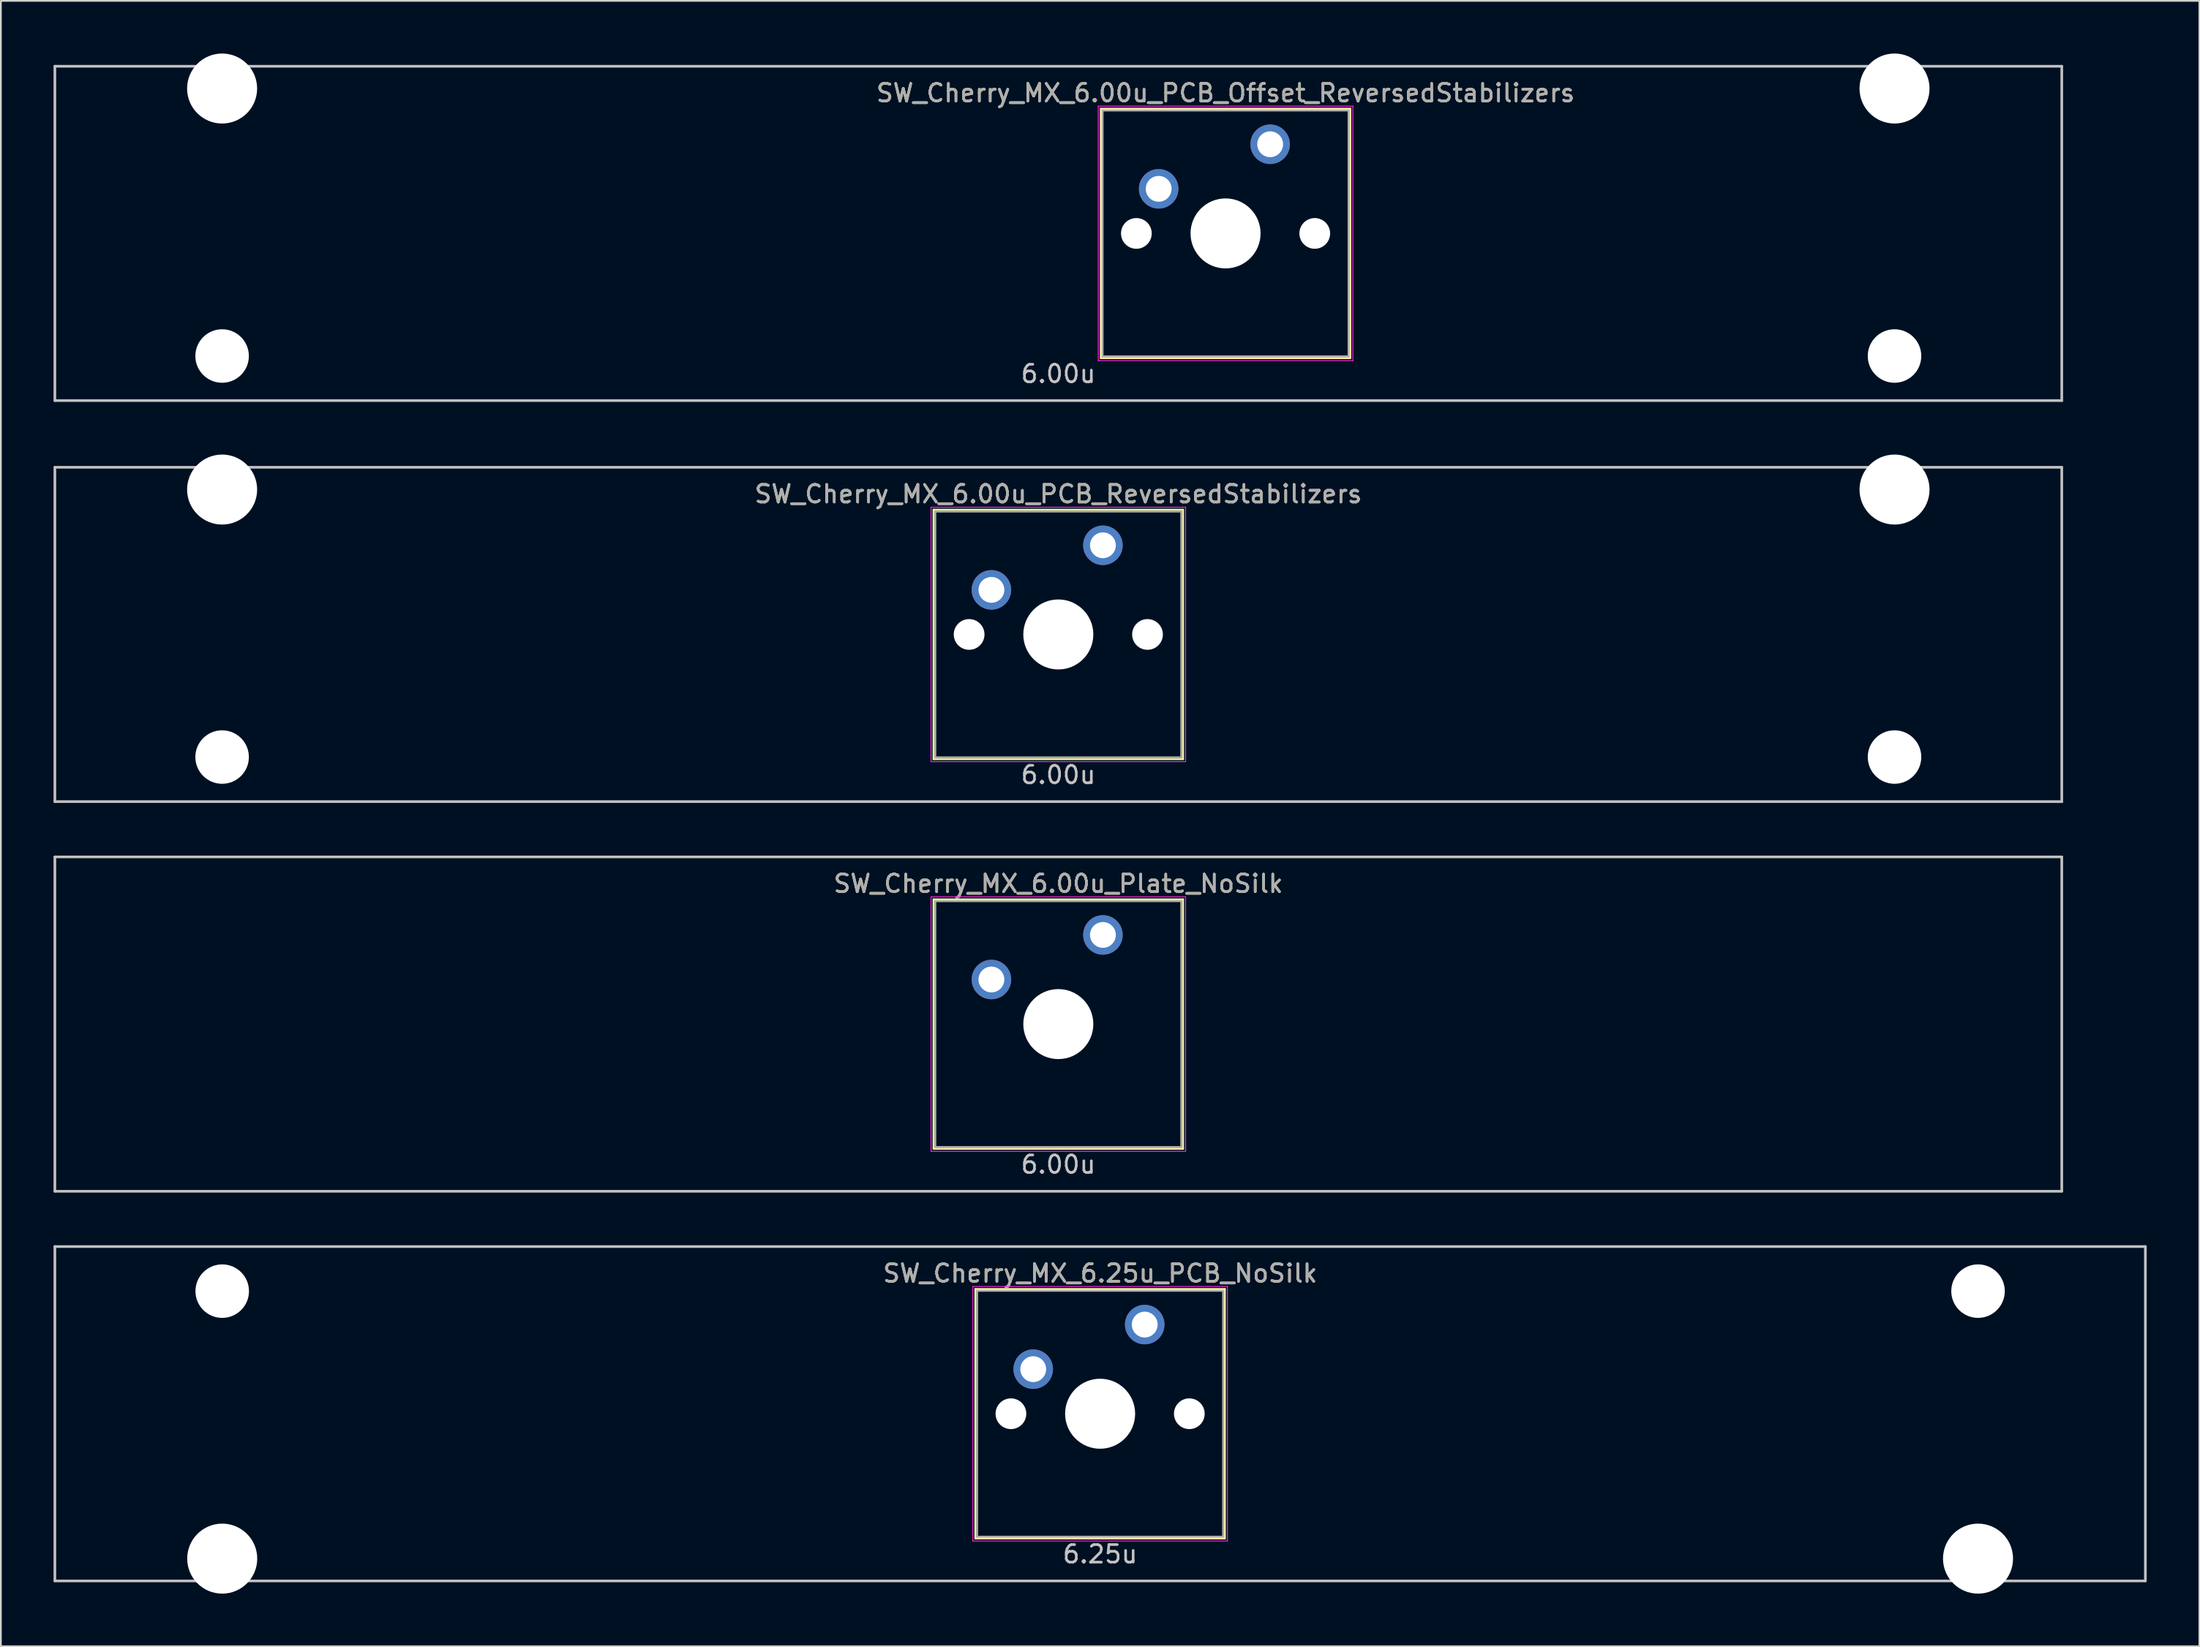
<source format=kicad_pcb>
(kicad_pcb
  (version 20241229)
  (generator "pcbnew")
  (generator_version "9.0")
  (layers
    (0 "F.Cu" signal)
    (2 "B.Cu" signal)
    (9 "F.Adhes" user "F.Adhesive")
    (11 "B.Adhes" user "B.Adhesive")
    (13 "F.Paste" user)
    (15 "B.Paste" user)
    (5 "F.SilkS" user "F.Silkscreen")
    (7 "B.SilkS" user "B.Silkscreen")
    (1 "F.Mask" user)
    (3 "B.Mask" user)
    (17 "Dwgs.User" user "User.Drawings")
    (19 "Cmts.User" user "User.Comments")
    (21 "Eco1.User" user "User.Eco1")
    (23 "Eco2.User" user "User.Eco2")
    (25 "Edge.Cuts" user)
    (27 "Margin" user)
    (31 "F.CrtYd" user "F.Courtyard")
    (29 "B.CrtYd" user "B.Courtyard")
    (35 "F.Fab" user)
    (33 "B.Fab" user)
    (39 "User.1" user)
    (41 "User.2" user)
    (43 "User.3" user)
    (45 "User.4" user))
  (footprint "SW_Cherry_MX_6.25u_PCB_NoSilk"
    (layer "F.Cu")
    (at 59.606 77.498)
    (property "Reference" "SW_Cherry_MX_6.25u_PCB_NoSilk" (at 0 -8 0) (layer "F.SilkS") (effects (font (size 1 1) (thickness 0.15))))
    (attr through_hole)
    (fp_line (start -7.1 -7.1) (end 7.1 -7.1) (stroke (width 0.12) (type solid)) (layer "F.SilkS"))
    (fp_line (start -7.1 7.1) (end -7.1 -7.1) (stroke (width 0.12) (type solid)) (layer "F.SilkS"))
    (fp_line (start 7.1 -7.1) (end 7.1 7.1) (stroke (width 0.12) (type solid)) (layer "F.SilkS"))
    (fp_line (start 7.1 7.1) (end -7.1 7.1) (stroke (width 0.12) (type solid)) (layer "F.SilkS"))
    (fp_line (start -59.531 -9.525) (end 59.531 -9.525) (stroke (width 0.15) (type solid)) (layer "Dwgs.User"))
    (fp_line (start -59.531 9.525) (end -59.531 -9.525) (stroke (width 0.15) (type solid)) (layer "Dwgs.User"))
    (fp_line (start -59.531 9.525) (end 59.531 9.525) (stroke (width 0.15) (type solid)) (layer "Dwgs.User"))
    (fp_line (start 59.531 -9.525) (end 59.531 9.525) (stroke (width 0.15) (type solid)) (layer "Dwgs.User"))
    (fp_line (start -7.25 -7.25) (end 7.25 -7.25) (stroke (width 0.05) (type solid)) (layer "F.CrtYd"))
    (fp_line (start -7.25 7.25) (end -7.25 -7.25) (stroke (width 0.05) (type solid)) (layer "F.CrtYd"))
    (fp_line (start 7.25 -7.25) (end 7.25 7.25) (stroke (width 0.05) (type solid)) (layer "F.CrtYd"))
    (fp_line (start 7.25 7.25) (end -7.25 7.25) (stroke (width 0.05) (type solid)) (layer "F.CrtYd"))
    (fp_line (start -7 -7) (end 7 -7) (stroke (width 0.1) (type solid)) (layer "F.Fab"))
    (fp_line (start -7 7) (end -7 -7) (stroke (width 0.1) (type solid)) (layer "F.Fab"))
    (fp_line (start 7 -7) (end 7 7) (stroke (width 0.1) (type solid)) (layer "F.Fab"))
    (fp_line (start 7 7) (end -7 7) (stroke (width 0.1) (type solid)) (layer "F.Fab"))
    (fp_text user "6.25u" (at 0 8 0) (layer "Dwgs.User") (effects (font (size 1 1) (thickness 0.15))))
    (fp_text user "${REFERENCE}" (at 0 -8 0) (layer "F.Fab") (effects (font (size 1 1) (thickness 0.15))))
    (pad "" np_thru_hole circle (at -50 -6.985) (size 3.048 3.048) (drill 3.048) (layers "*.Cu" "*.Mask"))
    (pad "" np_thru_hole circle (at -50 8.255) (size 3.988 3.988) (drill 3.988) (layers "*.Cu" "*.Mask"))
    (pad "" np_thru_hole circle (at -5.08 0 48.1) (size 1.75 1.75) (drill 1.75) (layers "*.Cu" "*.Mask"))
    (pad "" np_thru_hole circle (at 0 0) (size 3.988 3.988) (drill 3.988) (layers "*.Cu" "*.Mask"))
    (pad "" np_thru_hole circle (at 5.08 0 48.1) (size 1.75 1.75) (drill 1.75) (layers "*.Cu" "*.Mask"))
    (pad "" np_thru_hole circle (at 50 -6.985) (size 3.048 3.048) (drill 3.048) (layers "*.Cu" "*.Mask"))
    (pad "" np_thru_hole circle (at 50 8.255) (size 3.988 3.988) (drill 3.988) (layers "*.Cu" "*.Mask"))
    (pad "1" thru_hole circle (at -3.81 -2.54) (size 2.25 2.25) (drill 1.47) (layers "*.Cu" "B.Mask"))
    (pad "2" thru_hole circle (at 2.54 -5.08) (size 2.25 2.25) (drill 1.47) (layers "*.Cu" "B.Mask")))
  (footprint "SW_Cherry_MX_6.00u_PCB_Offset_ReversedStabilizers"
    (layer "F.Cu")
    (at 57.225 10.249)
    (property "Reference" "SW_Cherry_MX_6.00u_PCB_Offset_ReversedStabilizers" (at 9.525 -8 0) (layer "F.SilkS") (effects (font (size 1 1) (thickness 0.15))))
    (attr through_hole)
    (fp_line (start 2.425 -7.1) (end 16.625 -7.1) (stroke (width 0.12) (type solid)) (layer "F.SilkS"))
    (fp_line (start 2.425 7.1) (end 2.425 -7.1) (stroke (width 0.12) (type solid)) (layer "F.SilkS"))
    (fp_line (start 16.625 -7.1) (end 16.625 7.1) (stroke (width 0.12) (type solid)) (layer "F.SilkS"))
    (fp_line (start 16.625 7.1) (end 2.425 7.1) (stroke (width 0.12) (type solid)) (layer "F.SilkS"))
    (fp_line (start -57.15 -9.525) (end 57.15 -9.525) (stroke (width 0.15) (type solid)) (layer "Dwgs.User"))
    (fp_line (start -57.15 9.525) (end -57.15 -9.525) (stroke (width 0.15) (type solid)) (layer "Dwgs.User"))
    (fp_line (start -57.15 9.525) (end 57.15 9.525) (stroke (width 0.15) (type solid)) (layer "Dwgs.User"))
    (fp_line (start 57.15 -9.525) (end 57.15 9.525) (stroke (width 0.15) (type solid)) (layer "Dwgs.User"))
    (fp_line (start 2.275 -7.25) (end 16.775 -7.25) (stroke (width 0.05) (type solid)) (layer "F.CrtYd"))
    (fp_line (start 2.275 7.25) (end 2.275 -7.25) (stroke (width 0.05) (type solid)) (layer "F.CrtYd"))
    (fp_line (start 16.775 -7.25) (end 16.775 7.25) (stroke (width 0.05) (type solid)) (layer "F.CrtYd"))
    (fp_line (start 16.775 7.25) (end 2.275 7.25) (stroke (width 0.05) (type solid)) (layer "F.CrtYd"))
    (fp_line (start 2.525 -7) (end 16.525 -7) (stroke (width 0.1) (type solid)) (layer "F.Fab"))
    (fp_line (start 2.525 7) (end 2.525 -7) (stroke (width 0.1) (type solid)) (layer "F.Fab"))
    (fp_line (start 16.525 -7) (end 16.525 7) (stroke (width 0.1) (type solid)) (layer "F.Fab"))
    (fp_line (start 16.525 7) (end 2.525 7) (stroke (width 0.1) (type solid)) (layer "F.Fab"))
    (fp_text user "6.00u" (at 0 8 0) (layer "Dwgs.User") (effects (font (size 1 1) (thickness 0.15))))
    (fp_text user "${REFERENCE}" (at 9.525 -8 0) (layer "F.Fab") (effects (font (size 1 1) (thickness 0.15))))
    (pad "" np_thru_hole circle (at -47.625 -8.255) (size 3.988 3.988) (drill 3.988) (layers "*.Cu" "*.Mask"))
    (pad "" np_thru_hole circle (at -47.625 6.985) (size 3.048 3.048) (drill 3.048) (layers "*.Cu" "*.Mask"))
    (pad "" np_thru_hole circle (at 4.445 0 48.1) (size 1.75 1.75) (drill 1.75) (layers "*.Cu" "*.Mask"))
    (pad "" np_thru_hole circle (at 9.525 0) (size 3.988 3.988) (drill 3.988) (layers "*.Cu" "*.Mask"))
    (pad "" np_thru_hole circle (at 14.605 0 48.1) (size 1.75 1.75) (drill 1.75) (layers "*.Cu" "*.Mask"))
    (pad "" np_thru_hole circle (at 47.625 -8.255) (size 3.988 3.988) (drill 3.988) (layers "*.Cu" "*.Mask"))
    (pad "" np_thru_hole circle (at 47.625 6.985) (size 3.048 3.048) (drill 3.048) (layers "*.Cu" "*.Mask"))
    (pad "1" thru_hole circle (at 5.715 -2.54) (size 2.25 2.25) (drill 1.47) (layers "*.Cu" "B.Mask"))
    (pad "2" thru_hole circle (at 12.065 -5.08) (size 2.25 2.25) (drill 1.47) (layers "*.Cu" "B.Mask")))
  (footprint "SW_Cherry_MX_6.00u_Plate_NoSilk"
    (layer "F.Cu")
    (at 57.225 55.298)
    (property "Reference" "SW_Cherry_MX_6.00u_Plate_NoSilk" (at 0 -8 0) (layer "F.SilkS") (effects (font (size 1 1) (thickness 0.15))))
    (attr through_hole)
    (fp_line (start -7.1 -7.1) (end 7.1 -7.1) (stroke (width 0.12) (type solid)) (layer "F.SilkS"))
    (fp_line (start -7.1 7.1) (end -7.1 -7.1) (stroke (width 0.12) (type solid)) (layer "F.SilkS"))
    (fp_line (start 7.1 -7.1) (end 7.1 7.1) (stroke (width 0.12) (type solid)) (layer "F.SilkS"))
    (fp_line (start 7.1 7.1) (end -7.1 7.1) (stroke (width 0.12) (type solid)) (layer "F.SilkS"))
    (fp_line (start -57.15 -9.525) (end 57.15 -9.525) (stroke (width 0.15) (type solid)) (layer "Dwgs.User"))
    (fp_line (start -57.15 9.525) (end -57.15 -9.525) (stroke (width 0.15) (type solid)) (layer "Dwgs.User"))
    (fp_line (start -57.15 9.525) (end 57.15 9.525) (stroke (width 0.15) (type solid)) (layer "Dwgs.User"))
    (fp_line (start 57.15 -9.525) (end 57.15 9.525) (stroke (width 0.15) (type solid)) (layer "Dwgs.User"))
    (fp_line (start -7.25 -7.25) (end 7.25 -7.25) (stroke (width 0.05) (type solid)) (layer "F.CrtYd"))
    (fp_line (start -7.25 7.25) (end -7.25 -7.25) (stroke (width 0.05) (type solid)) (layer "F.CrtYd"))
    (fp_line (start 7.25 -7.25) (end 7.25 7.25) (stroke (width 0.05) (type solid)) (layer "F.CrtYd"))
    (fp_line (start 7.25 7.25) (end -7.25 7.25) (stroke (width 0.05) (type solid)) (layer "F.CrtYd"))
    (fp_line (start -7 -7) (end 7 -7) (stroke (width 0.1) (type solid)) (layer "F.Fab"))
    (fp_line (start -7 7) (end -7 -7) (stroke (width 0.1) (type solid)) (layer "F.Fab"))
    (fp_line (start 7 -7) (end 7 7) (stroke (width 0.1) (type solid)) (layer "F.Fab"))
    (fp_line (start 7 7) (end -7 7) (stroke (width 0.1) (type solid)) (layer "F.Fab"))
    (fp_text user "6.00u" (at 0 8 0) (layer "Dwgs.User") (effects (font (size 1 1) (thickness 0.15))))
    (fp_text user "${REFERENCE}" (at 0 -8 0) (layer "F.Fab") (effects (font (size 1 1) (thickness 0.15))))
    (pad "" np_thru_hole circle (at 0 0) (size 3.988 3.988) (drill 3.988) (layers "*.Cu" "*.Mask"))
    (pad "1" thru_hole circle (at -3.81 -2.54) (size 2.25 2.25) (drill 1.47) (layers "*.Cu" "B.Mask"))
    (pad "2" thru_hole circle (at 2.54 -5.08) (size 2.25 2.25) (drill 1.47) (layers "*.Cu" "B.Mask")))
  (footprint "SW_Cherry_MX_6.00u_PCB_ReversedStabilizers"
    (layer "F.Cu")
    (at 57.225 33.098)
    (property "Reference" "SW_Cherry_MX_6.00u_PCB_ReversedStabilizers" (at 0 -8 0) (layer "F.SilkS") (effects (font (size 1 1) (thickness 0.15))))
    (attr through_hole)
    (fp_line (start -7.1 -7.1) (end 7.1 -7.1) (stroke (width 0.12) (type solid)) (layer "F.SilkS"))
    (fp_line (start -7.1 7.1) (end -7.1 -7.1) (stroke (width 0.12) (type solid)) (layer "F.SilkS"))
    (fp_line (start 7.1 -7.1) (end 7.1 7.1) (stroke (width 0.12) (type solid)) (layer "F.SilkS"))
    (fp_line (start 7.1 7.1) (end -7.1 7.1) (stroke (width 0.12) (type solid)) (layer "F.SilkS"))
    (fp_line (start -57.15 -9.525) (end 57.15 -9.525) (stroke (width 0.15) (type solid)) (layer "Dwgs.User"))
    (fp_line (start -57.15 9.525) (end -57.15 -9.525) (stroke (width 0.15) (type solid)) (layer "Dwgs.User"))
    (fp_line (start -57.15 9.525) (end 57.15 9.525) (stroke (width 0.15) (type solid)) (layer "Dwgs.User"))
    (fp_line (start 57.15 -9.525) (end 57.15 9.525) (stroke (width 0.15) (type solid)) (layer "Dwgs.User"))
    (fp_line (start -7.25 -7.25) (end 7.25 -7.25) (stroke (width 0.05) (type solid)) (layer "F.CrtYd"))
    (fp_line (start -7.25 7.25) (end -7.25 -7.25) (stroke (width 0.05) (type solid)) (layer "F.CrtYd"))
    (fp_line (start 7.25 -7.25) (end 7.25 7.25) (stroke (width 0.05) (type solid)) (layer "F.CrtYd"))
    (fp_line (start 7.25 7.25) (end -7.25 7.25) (stroke (width 0.05) (type solid)) (layer "F.CrtYd"))
    (fp_line (start -7 -7) (end 7 -7) (stroke (width 0.1) (type solid)) (layer "F.Fab"))
    (fp_line (start -7 7) (end -7 -7) (stroke (width 0.1) (type solid)) (layer "F.Fab"))
    (fp_line (start 7 -7) (end 7 7) (stroke (width 0.1) (type solid)) (layer "F.Fab"))
    (fp_line (start 7 7) (end -7 7) (stroke (width 0.1) (type solid)) (layer "F.Fab"))
    (fp_text user "6.00u" (at 0 8 0) (layer "Dwgs.User") (effects (font (size 1 1) (thickness 0.15))))
    (fp_text user "${REFERENCE}" (at 0 -8 0) (layer "F.Fab") (effects (font (size 1 1) (thickness 0.15))))
    (pad "" np_thru_hole circle (at -47.625 -8.255) (size 3.988 3.988) (drill 3.988) (layers "*.Cu" "*.Mask"))
    (pad "" np_thru_hole circle (at -47.625 6.985) (size 3.048 3.048) (drill 3.048) (layers "*.Cu" "*.Mask"))
    (pad "" np_thru_hole circle (at -5.08 0 48.1) (size 1.75 1.75) (drill 1.75) (layers "*.Cu" "*.Mask"))
    (pad "" np_thru_hole circle (at 0 0) (size 3.988 3.988) (drill 3.988) (layers "*.Cu" "*.Mask"))
    (pad "" np_thru_hole circle (at 5.08 0 48.1) (size 1.75 1.75) (drill 1.75) (layers "*.Cu" "*.Mask"))
    (pad "" np_thru_hole circle (at 47.625 -8.255) (size 3.988 3.988) (drill 3.988) (layers "*.Cu" "*.Mask"))
    (pad "" np_thru_hole circle (at 47.625 6.985) (size 3.048 3.048) (drill 3.048) (layers "*.Cu" "*.Mask"))
    (pad "1" thru_hole circle (at -3.81 -2.54) (size 2.25 2.25) (drill 1.47) (layers "*.Cu" "B.Mask"))
    (pad "2" thru_hole circle (at 2.54 -5.08) (size 2.25 2.25) (drill 1.47) (layers "*.Cu" "B.Mask")))
  (gr_rect
    (start -3 -3)
    (end 122.213 90.747)
    (stroke (width 0.1) (type default))
    (fill no)
    (layer "Edge.Cuts")))
</source>
